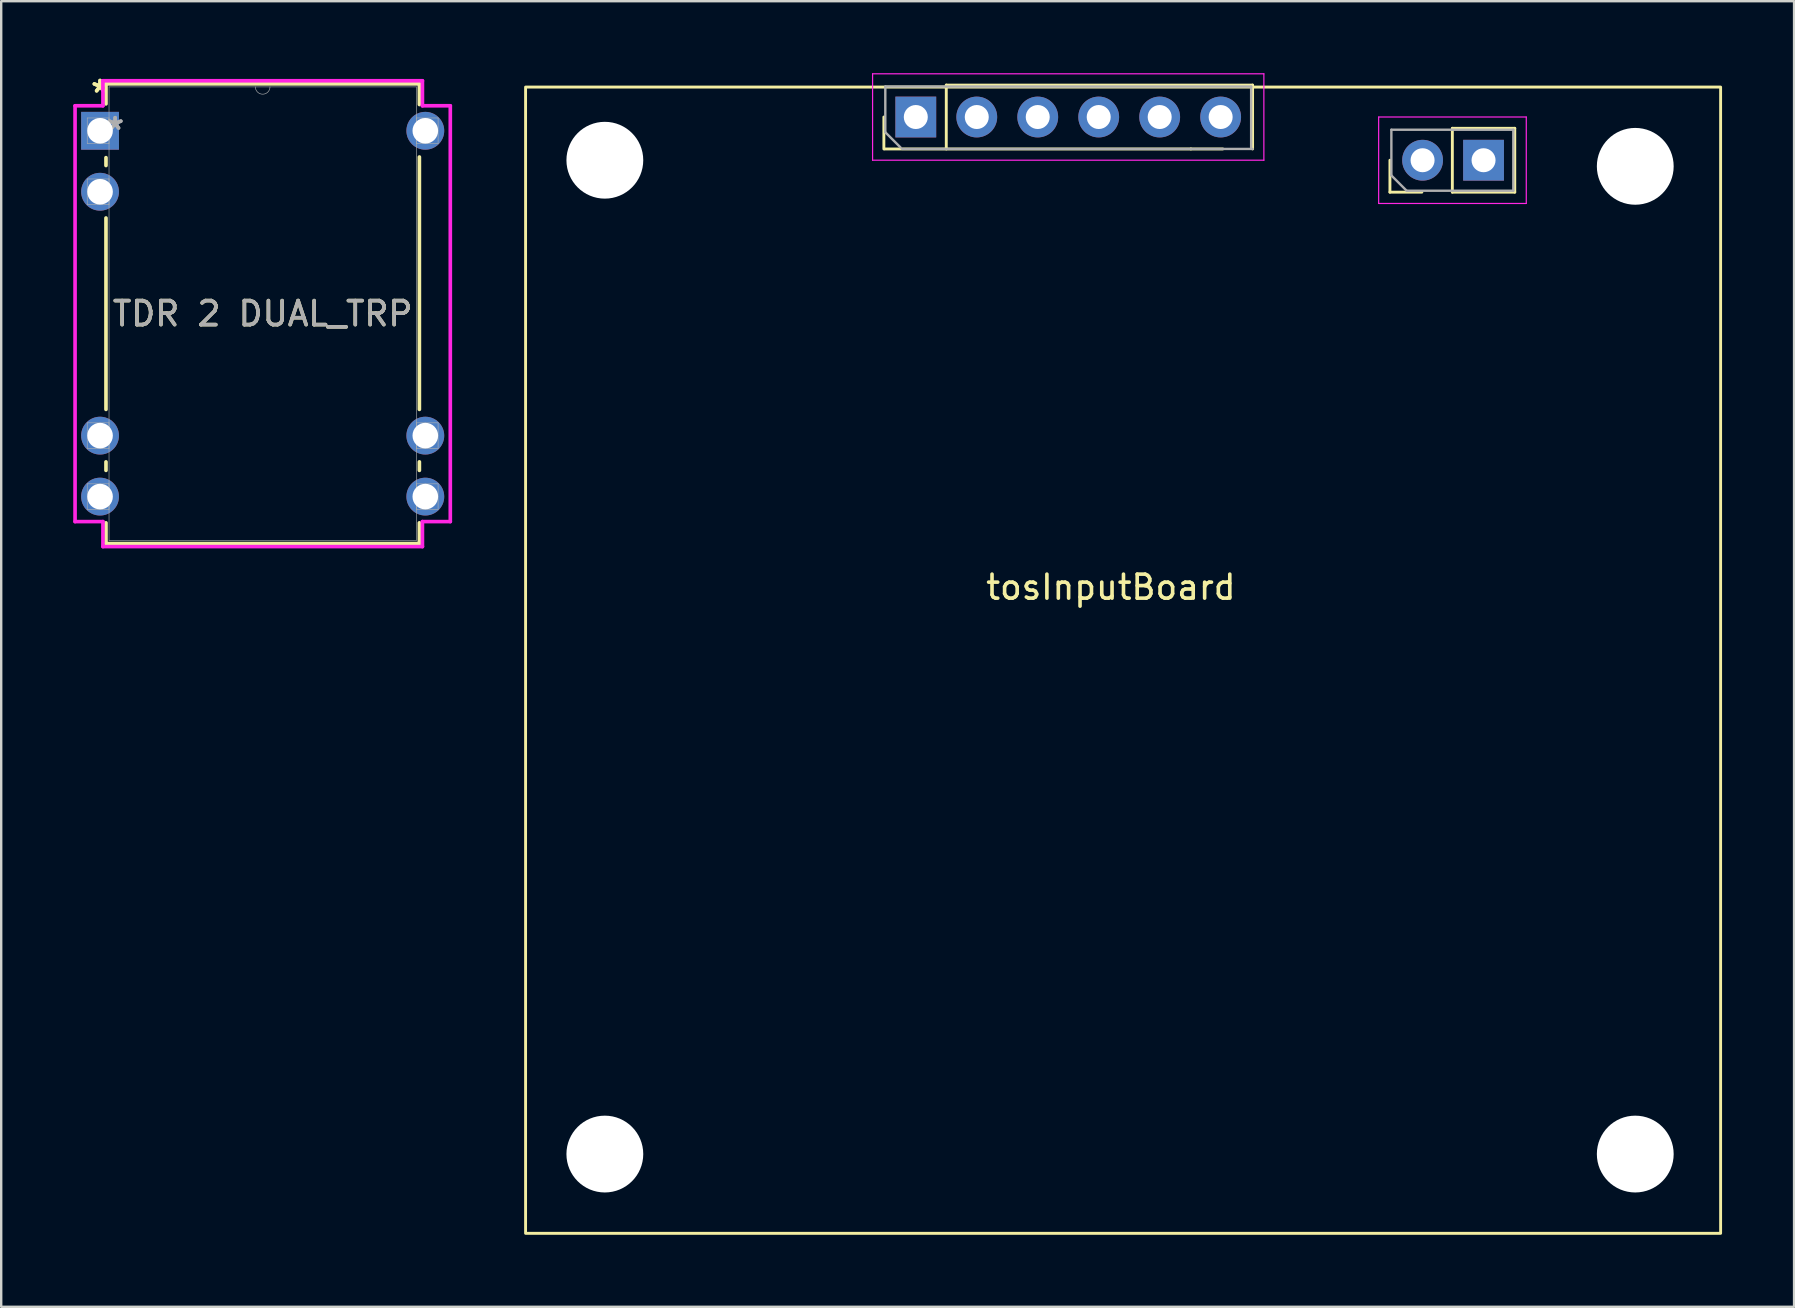
<source format=kicad_pcb>
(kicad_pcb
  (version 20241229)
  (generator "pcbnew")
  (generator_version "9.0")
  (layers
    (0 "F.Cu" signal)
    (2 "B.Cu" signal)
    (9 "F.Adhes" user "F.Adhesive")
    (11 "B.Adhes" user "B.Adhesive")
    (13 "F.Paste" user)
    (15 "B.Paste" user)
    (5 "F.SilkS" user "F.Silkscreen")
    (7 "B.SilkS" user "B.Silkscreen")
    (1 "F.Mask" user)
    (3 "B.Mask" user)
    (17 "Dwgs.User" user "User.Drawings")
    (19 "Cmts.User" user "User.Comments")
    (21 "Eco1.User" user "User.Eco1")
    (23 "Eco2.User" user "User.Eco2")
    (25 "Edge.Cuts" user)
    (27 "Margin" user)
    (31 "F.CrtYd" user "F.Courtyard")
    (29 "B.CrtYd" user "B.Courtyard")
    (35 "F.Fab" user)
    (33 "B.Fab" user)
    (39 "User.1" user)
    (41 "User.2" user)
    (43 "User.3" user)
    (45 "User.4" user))
  (footprint "TDR 2 DUAL_TRP"
    (layer "F.Cu")
    (at 1.118 2.398)
    (property "Reference" "TDR 2 DUAL_TRP" (at 6.775 7.62 0) (unlocked yes) (layer "F.SilkS") (effects (font (size 1 1) (thickness 0.15))))
    (attr through_hole)
    (fp_line (start 0.247 -1.956) (end 0.247 -1.12) (stroke (width 0.152) (type solid)) (layer "F.SilkS"))
    (fp_line (start 0.247 1.12) (end 0.247 1.447) (stroke (width 0.152) (type solid)) (layer "F.SilkS"))
    (fp_line (start 0.247 3.633) (end 0.247 11.607) (stroke (width 0.152) (type solid)) (layer "F.SilkS"))
    (fp_line (start 0.247 13.793) (end 0.247 14.147) (stroke (width 0.152) (type solid)) (layer "F.SilkS"))
    (fp_line (start 0.247 16.333) (end 0.247 17.196) (stroke (width 0.152) (type solid)) (layer "F.SilkS"))
    (fp_line (start 0.247 17.196) (end 13.303 17.196) (stroke (width 0.152) (type solid)) (layer "F.SilkS"))
    (fp_line (start 13.303 -1.956) (end 0.247 -1.956) (stroke (width 0.152) (type solid)) (layer "F.SilkS"))
    (fp_line (start 13.303 -1.093) (end 13.303 -1.956) (stroke (width 0.152) (type solid)) (layer "F.SilkS"))
    (fp_line (start 13.303 11.607) (end 13.303 1.093) (stroke (width 0.152) (type solid)) (layer "F.SilkS"))
    (fp_line (start 13.303 14.147) (end 13.303 13.793) (stroke (width 0.152) (type solid)) (layer "F.SilkS"))
    (fp_line (start 13.303 17.196) (end 13.303 16.333) (stroke (width 0.152) (type solid)) (layer "F.SilkS"))
    (fp_line (start -1.041 -1.041) (end 0.12 -1.041) (stroke (width 0.152) (type solid)) (layer "F.CrtYd"))
    (fp_line (start -1.041 16.281) (end -1.041 -1.041) (stroke (width 0.152) (type solid)) (layer "F.CrtYd"))
    (fp_line (start 0.12 -2.083) (end 13.43 -2.083) (stroke (width 0.152) (type solid)) (layer "F.CrtYd"))
    (fp_line (start 0.12 -1.041) (end 0.12 -2.083) (stroke (width 0.152) (type solid)) (layer "F.CrtYd"))
    (fp_line (start 0.12 16.281) (end -1.041 16.281) (stroke (width 0.152) (type solid)) (layer "F.CrtYd"))
    (fp_line (start 0.12 17.323) (end 0.12 16.281) (stroke (width 0.152) (type solid)) (layer "F.CrtYd"))
    (fp_line (start 13.43 -2.083) (end 13.43 -1.041) (stroke (width 0.152) (type solid)) (layer "F.CrtYd"))
    (fp_line (start 13.43 16.281) (end 13.43 17.323) (stroke (width 0.152) (type solid)) (layer "F.CrtYd"))
    (fp_line (start 13.43 17.323) (end 0.12 17.323) (stroke (width 0.152) (type solid)) (layer "F.CrtYd"))
    (fp_line (start 14.591 -1.041) (end 13.43 -1.041) (stroke (width 0.152) (type solid)) (layer "F.CrtYd"))
    (fp_line (start 14.591 -1.041) (end 14.591 16.281) (stroke (width 0.152) (type solid)) (layer "F.CrtYd"))
    (fp_line (start 14.591 16.281) (end 13.43 16.281) (stroke (width 0.152) (type solid)) (layer "F.CrtYd"))
    (fp_line (start -0.533 -0.533) (end -0.533 0.533) (stroke (width 0.025) (type solid)) (layer "F.Fab"))
    (fp_line (start -0.533 0.533) (end 0.374 0.533) (stroke (width 0.025) (type solid)) (layer "F.Fab"))
    (fp_line (start -0.533 2.007) (end -0.533 3.073) (stroke (width 0.025) (type solid)) (layer "F.Fab"))
    (fp_line (start -0.533 3.073) (end 0.374 3.073) (stroke (width 0.025) (type solid)) (layer "F.Fab"))
    (fp_line (start -0.533 12.167) (end -0.533 13.233) (stroke (width 0.025) (type solid)) (layer "F.Fab"))
    (fp_line (start -0.533 13.233) (end 0.374 13.233) (stroke (width 0.025) (type solid)) (layer "F.Fab"))
    (fp_line (start -0.533 14.707) (end -0.533 15.773) (stroke (width 0.025) (type solid)) (layer "F.Fab"))
    (fp_line (start -0.533 15.773) (end 0.374 15.773) (stroke (width 0.025) (type solid)) (layer "F.Fab"))
    (fp_line (start 0.374 -1.829) (end 0.374 17.069) (stroke (width 0.025) (type solid)) (layer "F.Fab"))
    (fp_line (start 0.374 -0.533) (end -0.533 -0.533) (stroke (width 0.025) (type solid)) (layer "F.Fab"))
    (fp_line (start 0.374 0.533) (end 0.374 -0.533) (stroke (width 0.025) (type solid)) (layer "F.Fab"))
    (fp_line (start 0.374 2.007) (end -0.533 2.007) (stroke (width 0.025) (type solid)) (layer "F.Fab"))
    (fp_line (start 0.374 3.073) (end 0.374 2.007) (stroke (width 0.025) (type solid)) (layer "F.Fab"))
    (fp_line (start 0.374 12.167) (end -0.533 12.167) (stroke (width 0.025) (type solid)) (layer "F.Fab"))
    (fp_line (start 0.374 13.233) (end 0.374 12.167) (stroke (width 0.025) (type solid)) (layer "F.Fab"))
    (fp_line (start 0.374 14.707) (end -0.533 14.707) (stroke (width 0.025) (type solid)) (layer "F.Fab"))
    (fp_line (start 0.374 15.773) (end 0.374 14.707) (stroke (width 0.025) (type solid)) (layer "F.Fab"))
    (fp_line (start 0.374 17.069) (end 13.176 17.069) (stroke (width 0.025) (type solid)) (layer "F.Fab"))
    (fp_line (start 13.176 -1.829) (end 0.374 -1.829) (stroke (width 0.025) (type solid)) (layer "F.Fab"))
    (fp_line (start 13.176 -0.533) (end 13.176 0.533) (stroke (width 0.025) (type solid)) (layer "F.Fab"))
    (fp_line (start 13.176 0.533) (end 14.083 0.533) (stroke (width 0.025) (type solid)) (layer "F.Fab"))
    (fp_line (start 13.176 12.167) (end 13.176 13.233) (stroke (width 0.025) (type solid)) (layer "F.Fab"))
    (fp_line (start 13.176 13.233) (end 14.083 13.233) (stroke (width 0.025) (type solid)) (layer "F.Fab"))
    (fp_line (start 13.176 14.707) (end 13.176 15.773) (stroke (width 0.025) (type solid)) (layer "F.Fab"))
    (fp_line (start 13.176 15.773) (end 14.083 15.773) (stroke (width 0.025) (type solid)) (layer "F.Fab"))
    (fp_line (start 13.176 17.069) (end 13.176 -1.829) (stroke (width 0.025) (type solid)) (layer "F.Fab"))
    (fp_line (start 14.083 -0.533) (end 13.176 -0.533) (stroke (width 0.025) (type solid)) (layer "F.Fab"))
    (fp_line (start 14.083 0.533) (end 14.083 -0.533) (stroke (width 0.025) (type solid)) (layer "F.Fab"))
    (fp_line (start 14.083 12.167) (end 13.176 12.167) (stroke (width 0.025) (type solid)) (layer "F.Fab"))
    (fp_line (start 14.083 13.233) (end 14.083 12.167) (stroke (width 0.025) (type solid)) (layer "F.Fab"))
    (fp_line (start 14.083 14.707) (end 13.176 14.707) (stroke (width 0.025) (type solid)) (layer "F.Fab"))
    (fp_line (start 14.083 15.773) (end 14.083 14.707) (stroke (width 0.025) (type solid)) (layer "F.Fab"))
    (fp_arc (start 7.0798 -1.8288) (mid 6.775 -1.524) (end 6.4702 -1.8288) (stroke (width 0.0254) (type solid)) (layer "F.Fab"))
    (fp_text user "*" (at 0 -1.549 0) (layer "F.SilkS") (effects (font (size 1 1) (thickness 0.15))))
    (fp_text user "*" (at 0 -1.549 0) (unlocked yes) (layer "F.SilkS") (effects (font (size 1 1) (thickness 0.15))))
    (fp_text user "${REFERENCE}" (at 6.775 7.62 0) (unlocked yes) (layer "F.Fab") (effects (font (size 1 1) (thickness 0.15))))
    (fp_text user "*" (at 0.628 0 0) (unlocked yes) (layer "F.Fab") (effects (font (size 1 1) (thickness 0.15))))
    (fp_text user "*" (at 0.628 0 0) (layer "F.Fab") (effects (font (size 1 1) (thickness 0.15))))
    (pad "1" thru_hole rect (at 0 0) (size 1.575 1.575) (drill 1.067) (layers "*.Cu" "*.Mask"))
    (pad "2" thru_hole circle (at 0 2.54) (size 1.575 1.575) (drill 1.067) (layers "*.Cu" "*.Mask"))
    (pad "6" thru_hole circle (at 0 12.7) (size 1.575 1.575) (drill 1.067) (layers "*.Cu" "*.Mask"))
    (pad "7" thru_hole circle (at 0 15.24) (size 1.575 1.575) (drill 1.067) (layers "*.Cu" "*.Mask"))
    (pad "8" thru_hole circle (at 13.55 15.24) (size 1.575 1.575) (drill 1.067) (layers "*.Cu" "*.Mask"))
    (pad "9" thru_hole circle (at 13.55 12.7) (size 1.575 1.575) (drill 1.067) (layers "*.Cu" "*.Mask"))
    (pad "14" thru_hole circle (at 13.55 0) (size 1.575 1.575) (drill 1.067) (layers "*.Cu" "*.Mask")))
  (footprint "tosInputBoard"
    (layer "F.Cu")
    (at 43.229 21.913)
    (property "Reference" "tosInputBoard" (at 0 -0.5 0) (unlocked yes) (layer "F.SilkS") (effects (font (size 1 1) (thickness 0.15))))
    (attr through_hole)
    (fp_line (start -9.458 -18.758) (end -9.458 -20.088) (stroke (width 0.12) (type solid)) (layer "F.SilkS"))
    (fp_line (start -9.428 -18.758) (end 3.332 -18.758) (stroke (width 0.12) (type solid)) (layer "F.SilkS"))
    (fp_line (start -6.858 -21.418) (end 5.902 -21.418) (stroke (width 0.12) (type solid)) (layer "F.SilkS"))
    (fp_line (start -6.858 -18.758) (end -6.858 -21.418) (stroke (width 0.12) (type solid)) (layer "F.SilkS"))
    (fp_line (start 4.662 -18.758) (end 3.332 -18.758) (stroke (width 0.12) (type solid)) (layer "F.SilkS"))
    (fp_line (start 5.902 -18.758) (end 5.902 -21.418) (stroke (width 0.12) (type solid)) (layer "F.SilkS"))
    (fp_line (start 11.624 -16.958) (end 11.624 -18.288) (stroke (width 0.12) (type solid)) (layer "F.SilkS"))
    (fp_line (start 12.954 -16.958) (end 11.624 -16.958) (stroke (width 0.12) (type solid)) (layer "F.SilkS"))
    (fp_line (start 14.224 -19.618) (end 16.824 -19.618) (stroke (width 0.12) (type solid)) (layer "F.SilkS"))
    (fp_line (start 14.224 -16.958) (end 14.224 -19.618) (stroke (width 0.12) (type solid)) (layer "F.SilkS"))
    (fp_line (start 14.224 -16.958) (end 16.824 -16.958) (stroke (width 0.12) (type solid)) (layer "F.SilkS"))
    (fp_line (start 16.824 -16.958) (end 16.824 -19.618) (stroke (width 0.12) (type solid)) (layer "F.SilkS"))
    (fp_rect (start -24.384 -21.336) (end 25.4 26.416) (stroke (width 0.12) (type default)) (fill no) (layer "F.SilkS"))
    (fp_line (start -9.928 -21.888) (end -9.928 -18.288) (stroke (width 0.05) (type solid)) (layer "F.CrtYd"))
    (fp_line (start -9.928 -18.288) (end 6.372 -18.288) (stroke (width 0.05) (type solid)) (layer "F.CrtYd"))
    (fp_line (start 6.372 -21.888) (end -9.928 -21.888) (stroke (width 0.05) (type solid)) (layer "F.CrtYd"))
    (fp_line (start 6.372 -18.288) (end 6.372 -21.888) (stroke (width 0.05) (type solid)) (layer "F.CrtYd"))
    (fp_line (start 11.154 -20.088) (end 11.154 -16.488) (stroke (width 0.05) (type solid)) (layer "F.CrtYd"))
    (fp_line (start 11.154 -16.488) (end 17.304 -16.488) (stroke (width 0.05) (type solid)) (layer "F.CrtYd"))
    (fp_line (start 17.304 -20.088) (end 11.154 -20.088) (stroke (width 0.05) (type solid)) (layer "F.CrtYd"))
    (fp_line (start 17.304 -16.488) (end 17.304 -20.088) (stroke (width 0.05) (type solid)) (layer "F.CrtYd"))
    (fp_line (start -9.398 -21.358) (end 5.842 -21.358) (stroke (width 0.1) (type solid)) (layer "F.Fab"))
    (fp_line (start -9.398 -19.453) (end -9.398 -21.358) (stroke (width 0.1) (type solid)) (layer "F.Fab"))
    (fp_line (start -8.763 -18.818) (end -9.398 -19.453) (stroke (width 0.1) (type solid)) (layer "F.Fab"))
    (fp_line (start 5.842 -21.358) (end 5.842 -18.818) (stroke (width 0.1) (type solid)) (layer "F.Fab"))
    (fp_line (start 5.902 -18.758) (end -8.703 -18.758) (stroke (width 0.1) (type solid)) (layer "F.Fab"))
    (fp_line (start 11.684 -19.558) (end 16.764 -19.558) (stroke (width 0.1) (type solid)) (layer "F.Fab"))
    (fp_line (start 11.684 -17.653) (end 11.684 -19.558) (stroke (width 0.1) (type solid)) (layer "F.Fab"))
    (fp_line (start 12.319 -17.018) (end 11.684 -17.653) (stroke (width 0.1) (type solid)) (layer "F.Fab"))
    (fp_line (start 16.764 -19.558) (end 16.764 -17.018) (stroke (width 0.1) (type solid)) (layer "F.Fab"))
    (fp_line (start 16.764 -17.018) (end 12.319 -17.018) (stroke (width 0.1) (type solid)) (layer "F.Fab"))
    (pad "" np_thru_hole circle (at -21.082 -18.288) (size 3.2 3.2) (drill 3.2) (layers "*.Cu" "*.Mask"))
    (pad "" np_thru_hole circle (at -21.082 23.114) (size 3.2 3.2) (drill 3.2) (layers "*.Cu" "*.Mask"))
    (pad "" np_thru_hole circle (at 21.844 -18.034) (size 3.2 3.2) (drill 3.2) (layers "*.Cu" "*.Mask"))
    (pad "" np_thru_hole circle (at 21.844 23.114) (size 3.2 3.2) (drill 3.2) (layers "*.Cu" "*.Mask"))
    (pad "1" thru_hole rect (at -8.128 -20.088 90) (size 1.7 1.7) (drill 1) (layers "*.Cu" "*.Mask"))
    (pad "2" thru_hole oval (at -5.588 -20.088 90) (size 1.7 1.7) (drill 1) (layers "*.Cu" "*.Mask"))
    (pad "3" thru_hole oval (at -3.048 -20.088 90) (size 1.7 1.7) (drill 1) (layers "*.Cu" "*.Mask"))
    (pad "4" thru_hole oval (at -0.508 -20.088 90) (size 1.7 1.7) (drill 1) (layers "*.Cu" "*.Mask"))
    (pad "5" thru_hole oval (at 2.032 -20.088 90) (size 1.7 1.7) (drill 1) (layers "*.Cu" "*.Mask"))
    (pad "6" thru_hole oval (at 4.572 -20.088 90) (size 1.7 1.7) (drill 1) (layers "*.Cu" "*.Mask"))
    (pad "7" thru_hole oval (at 12.984 -18.288 270) (size 1.7 1.7) (drill 1) (layers "*.Cu" "*.Mask"))
    (pad "8" thru_hole rect (at 15.524 -18.288 270) (size 1.7 1.7) (drill 1) (layers "*.Cu" "*.Mask")))
  (gr_rect
    (start -3 -3)
    (end 71.689 51.389)
    (stroke (width 0.1) (type default))
    (fill no)
    (layer "Edge.Cuts")))
</source>
